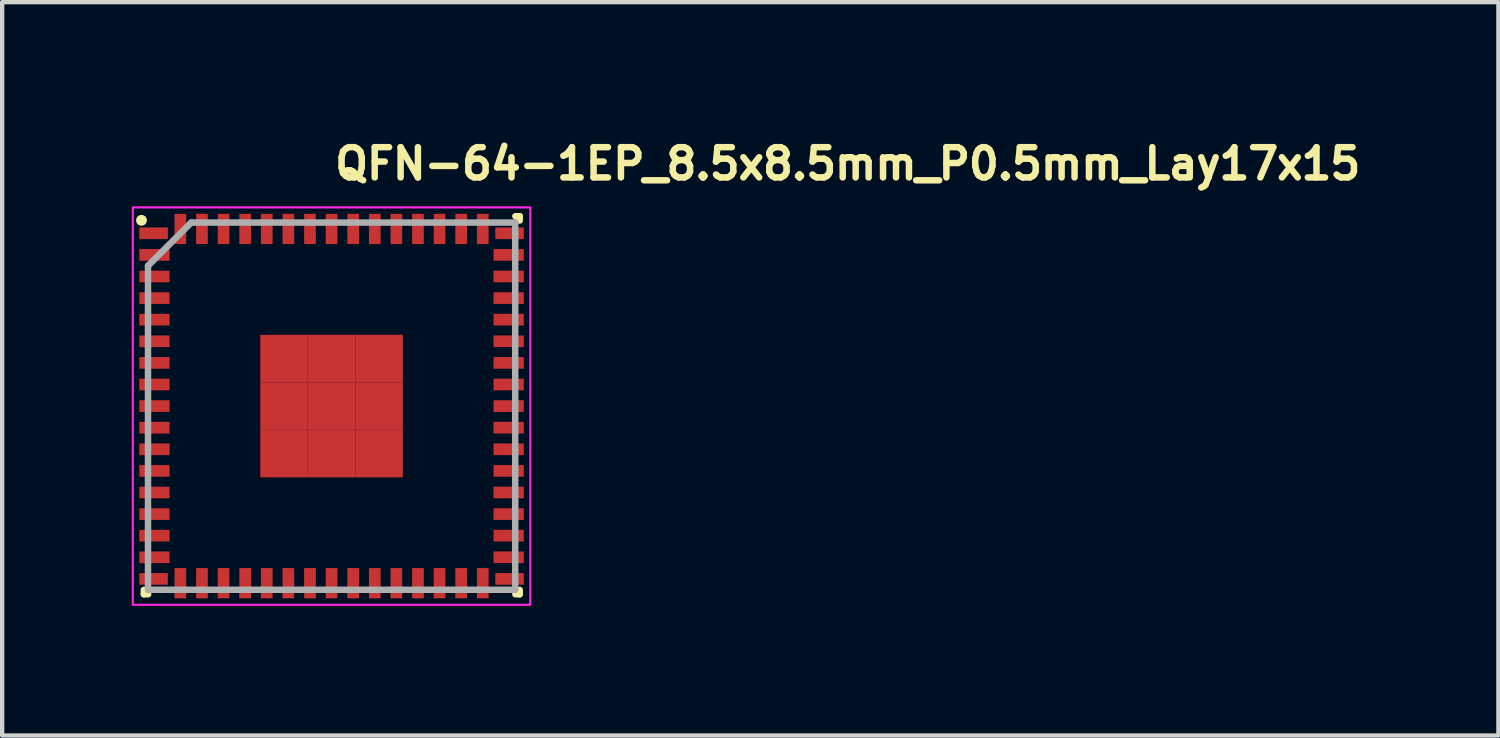
<source format=kicad_pcb>
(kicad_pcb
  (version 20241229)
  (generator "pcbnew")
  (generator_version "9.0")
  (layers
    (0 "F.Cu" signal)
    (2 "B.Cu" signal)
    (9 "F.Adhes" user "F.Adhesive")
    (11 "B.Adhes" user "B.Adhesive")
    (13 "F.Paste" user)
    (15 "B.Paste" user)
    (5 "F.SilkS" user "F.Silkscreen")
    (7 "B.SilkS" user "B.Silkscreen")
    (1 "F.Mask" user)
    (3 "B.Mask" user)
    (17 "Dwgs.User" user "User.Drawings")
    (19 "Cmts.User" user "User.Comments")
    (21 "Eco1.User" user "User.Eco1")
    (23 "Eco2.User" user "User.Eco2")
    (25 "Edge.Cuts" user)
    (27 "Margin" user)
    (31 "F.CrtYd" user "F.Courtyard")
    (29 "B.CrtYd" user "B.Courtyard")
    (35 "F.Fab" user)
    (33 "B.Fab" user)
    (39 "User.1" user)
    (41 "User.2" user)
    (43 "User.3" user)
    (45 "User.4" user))
  (footprint "QFN-64-1EP_8.5x8.5mm_P0.5mm_Lay17x15"
    (layer "F.Cu")
    (at 4.625 6.35)
    (property "Reference" "QFN-64-1EP_8.5x8.5mm_P0.5mm_Lay17x15" (at 0 -5.2 0) (unlocked yes) (layer "F.SilkS") (effects (font (size 0.7 0.7) (thickness 0.15)) (justify left bottom)))
    (attr smd allow_soldermask_bridges)
    (fp_line (start -4.345 4.355) (end -4.345 4.255) (stroke (width 0.15) (type solid)) (layer "F.SilkS"))
    (fp_line (start -4.245 4.355) (end -4.345 4.355) (stroke (width 0.15) (type solid)) (layer "F.SilkS"))
    (fp_line (start 4.255 -4.395) (end 4.355 -4.395) (stroke (width 0.15) (type solid)) (layer "F.SilkS"))
    (fp_line (start 4.255 4.355) (end 4.355 4.355) (stroke (width 0.15) (type solid)) (layer "F.SilkS"))
    (fp_line (start 4.355 -4.395) (end 4.355 -4.295) (stroke (width 0.15) (type solid)) (layer "F.SilkS"))
    (fp_line (start 4.355 4.355) (end 4.355 4.255) (stroke (width 0.15) (type solid)) (layer "F.SilkS"))
    (fp_circle (center -4.4 -4.3) (end -4.35 -4.3) (stroke (width 0.15) (type solid)) (fill yes) (layer "F.SilkS"))
    (fp_rect (start -4.6 -4.6) (end 4.6 4.6) (stroke (width 0.05) (type solid)) (fill no) (layer "F.CrtYd"))
    (fp_line (start -4.249 -3.248) (end -4.249 4.252) (stroke (width 0.15) (type solid)) (layer "F.Fab"))
    (fp_line (start -4.249 4.252) (end 4.251 4.252) (stroke (width 0.15) (type solid)) (layer "F.Fab"))
    (fp_line (start -3.249 -4.248) (end -4.249 -3.248) (stroke (width 0.15) (type solid)) (layer "F.Fab"))
    (fp_line (start 4.251 -4.248) (end -3.249 -4.248) (stroke (width 0.15) (type solid)) (layer "F.Fab"))
    (fp_line (start 4.251 4.252) (end 4.251 -4.248) (stroke (width 0.15) (type solid)) (layer "F.Fab"))
    (fp_rect (start -4.25 -4.25) (end 4.25 4.25) (stroke (width 0.1) (type solid)) (fill no) (layer "User.5"))
    (fp_line (start -4.25 -4.125) (end -4.25 -3.875) (stroke (width 0.02) (type solid)) (layer "User.9"))
    (fp_line (start -4.25 -3.875) (end -4.24 -3.875) (stroke (width 0.02) (type solid)) (layer "User.9"))
    (fp_line (start -4.25 -3.625) (end -4.25 -3.375) (stroke (width 0.02) (type solid)) (layer "User.9"))
    (fp_line (start -4.25 -3.375) (end -4.24 -3.375) (stroke (width 0.02) (type solid)) (layer "User.9"))
    (fp_line (start -4.25 -3.125) (end -4.25 -2.875) (stroke (width 0.02) (type solid)) (layer "User.9"))
    (fp_line (start -4.25 -2.875) (end -4.24 -2.875) (stroke (width 0.02) (type solid)) (layer "User.9"))
    (fp_line (start -4.25 -2.625) (end -4.25 -2.375) (stroke (width 0.02) (type solid)) (layer "User.9"))
    (fp_line (start -4.25 -2.375) (end -4.24 -2.375) (stroke (width 0.02) (type solid)) (layer "User.9"))
    (fp_line (start -4.25 -2.125) (end -4.25 -1.875) (stroke (width 0.02) (type solid)) (layer "User.9"))
    (fp_line (start -4.25 -1.875) (end -4.24 -1.875) (stroke (width 0.02) (type solid)) (layer "User.9"))
    (fp_line (start -4.25 -1.625) (end -4.25 -1.375) (stroke (width 0.02) (type solid)) (layer "User.9"))
    (fp_line (start -4.25 -1.375) (end -4.24 -1.375) (stroke (width 0.02) (type solid)) (layer "User.9"))
    (fp_line (start -4.25 -1.125) (end -4.25 -0.875) (stroke (width 0.02) (type solid)) (layer "User.9"))
    (fp_line (start -4.25 -0.875) (end -4.24 -0.875) (stroke (width 0.02) (type solid)) (layer "User.9"))
    (fp_line (start -4.25 -0.625) (end -4.25 -0.375) (stroke (width 0.02) (type solid)) (layer "User.9"))
    (fp_line (start -4.25 -0.375) (end -4.24 -0.375) (stroke (width 0.02) (type solid)) (layer "User.9"))
    (fp_line (start -4.25 -0.125) (end -4.25 0.125) (stroke (width 0.02) (type solid)) (layer "User.9"))
    (fp_line (start -4.25 0.125) (end -4.24 0.125) (stroke (width 0.02) (type solid)) (layer "User.9"))
    (fp_line (start -4.25 0.375) (end -4.25 0.625) (stroke (width 0.02) (type solid)) (layer "User.9"))
    (fp_line (start -4.25 0.625) (end -4.24 0.625) (stroke (width 0.02) (type solid)) (layer "User.9"))
    (fp_line (start -4.25 0.875) (end -4.25 1.125) (stroke (width 0.02) (type solid)) (layer "User.9"))
    (fp_line (start -4.25 1.125) (end -4.24 1.125) (stroke (width 0.02) (type solid)) (layer "User.9"))
    (fp_line (start -4.25 1.375) (end -4.25 1.625) (stroke (width 0.02) (type solid)) (layer "User.9"))
    (fp_line (start -4.25 1.625) (end -4.24 1.625) (stroke (width 0.02) (type solid)) (layer "User.9"))
    (fp_line (start -4.25 1.875) (end -4.25 2.125) (stroke (width 0.02) (type solid)) (layer "User.9"))
    (fp_line (start -4.25 2.125) (end -4.24 2.125) (stroke (width 0.02) (type solid)) (layer "User.9"))
    (fp_line (start -4.25 2.375) (end -4.25 2.625) (stroke (width 0.02) (type solid)) (layer "User.9"))
    (fp_line (start -4.25 2.625) (end -4.24 2.625) (stroke (width 0.02) (type solid)) (layer "User.9"))
    (fp_line (start -4.25 2.875) (end -4.25 3.125) (stroke (width 0.02) (type solid)) (layer "User.9"))
    (fp_line (start -4.25 3.125) (end -4.24 3.125) (stroke (width 0.02) (type solid)) (layer "User.9"))
    (fp_line (start -4.25 3.375) (end -4.25 3.625) (stroke (width 0.02) (type solid)) (layer "User.9"))
    (fp_line (start -4.25 3.625) (end -4.24 3.625) (stroke (width 0.02) (type solid)) (layer "User.9"))
    (fp_line (start -4.25 3.875) (end -4.25 4.125) (stroke (width 0.02) (type solid)) (layer "User.9"))
    (fp_line (start -4.25 4.125) (end -4.24 4.125) (stroke (width 0.02) (type solid)) (layer "User.9"))
    (fp_line (start -4.24 -4.24) (end -4.24 4.24) (stroke (width 0.02) (type solid)) (layer "User.9"))
    (fp_line (start -4.24 -4.24) (end 4.24 -4.24) (stroke (width 0.02) (type solid)) (layer "User.9"))
    (fp_line (start -4.24 -4.125) (end -4.25 -4.125) (stroke (width 0.02) (type solid)) (layer "User.9"))
    (fp_line (start -4.24 -3.625) (end -4.25 -3.625) (stroke (width 0.02) (type solid)) (layer "User.9"))
    (fp_line (start -4.24 -3.125) (end -4.25 -3.125) (stroke (width 0.02) (type solid)) (layer "User.9"))
    (fp_line (start -4.24 -2.625) (end -4.25 -2.625) (stroke (width 0.02) (type solid)) (layer "User.9"))
    (fp_line (start -4.24 -2.125) (end -4.25 -2.125) (stroke (width 0.02) (type solid)) (layer "User.9"))
    (fp_line (start -4.24 -1.625) (end -4.25 -1.625) (stroke (width 0.02) (type solid)) (layer "User.9"))
    (fp_line (start -4.24 -1.125) (end -4.25 -1.125) (stroke (width 0.02) (type solid)) (layer "User.9"))
    (fp_line (start -4.24 -0.625) (end -4.25 -0.625) (stroke (width 0.02) (type solid)) (layer "User.9"))
    (fp_line (start -4.24 -0.125) (end -4.25 -0.125) (stroke (width 0.02) (type solid)) (layer "User.9"))
    (fp_line (start -4.24 0.375) (end -4.25 0.375) (stroke (width 0.02) (type solid)) (layer "User.9"))
    (fp_line (start -4.24 0.875) (end -4.25 0.875) (stroke (width 0.02) (type solid)) (layer "User.9"))
    (fp_line (start -4.24 1.375) (end -4.25 1.375) (stroke (width 0.02) (type solid)) (layer "User.9"))
    (fp_line (start -4.24 1.875) (end -4.25 1.875) (stroke (width 0.02) (type solid)) (layer "User.9"))
    (fp_line (start -4.24 2.375) (end -4.25 2.375) (stroke (width 0.02) (type solid)) (layer "User.9"))
    (fp_line (start -4.24 2.875) (end -4.25 2.875) (stroke (width 0.02) (type solid)) (layer "User.9"))
    (fp_line (start -4.24 3.375) (end -4.25 3.375) (stroke (width 0.02) (type solid)) (layer "User.9"))
    (fp_line (start -4.24 3.875) (end -4.25 3.875) (stroke (width 0.02) (type solid)) (layer "User.9"))
    (fp_line (start -4.24 4.24) (end 4.24 4.24) (stroke (width 0.02) (type solid)) (layer "User.9"))
    (fp_line (start -3.8 -3.563) (end -3.8 -3.55) (stroke (width 0.02) (type solid)) (layer "User.9"))
    (fp_line (start -3.8 -3.55) (end -3.8 -3.537) (stroke (width 0.02) (type solid)) (layer "User.9"))
    (fp_line (start -3.8 -3.537) (end -3.799 -3.524) (stroke (width 0.02) (type solid)) (layer "User.9"))
    (fp_line (start -3.799 -3.576) (end -3.8 -3.563) (stroke (width 0.02) (type solid)) (layer "User.9"))
    (fp_line (start -3.799 -3.524) (end -3.797 -3.512) (stroke (width 0.02) (type solid)) (layer "User.9"))
    (fp_line (start -3.797 -3.588) (end -3.799 -3.576) (stroke (width 0.02) (type solid)) (layer "User.9"))
    (fp_line (start -3.797 -3.512) (end -3.795 -3.5) (stroke (width 0.02) (type solid)) (layer "User.9"))
    (fp_line (start -3.795 -3.6) (end -3.797 -3.588) (stroke (width 0.02) (type solid)) (layer "User.9"))
    (fp_line (start -3.795 -3.5) (end -3.792 -3.488) (stroke (width 0.02) (type solid)) (layer "User.9"))
    (fp_line (start -3.792 -3.612) (end -3.795 -3.6) (stroke (width 0.02) (type solid)) (layer "User.9"))
    (fp_line (start -3.792 -3.488) (end -3.789 -3.476) (stroke (width 0.02) (type solid)) (layer "User.9"))
    (fp_line (start -3.789 -3.624) (end -3.792 -3.612) (stroke (width 0.02) (type solid)) (layer "User.9"))
    (fp_line (start -3.789 -3.476) (end -3.785 -3.464) (stroke (width 0.02) (type solid)) (layer "User.9"))
    (fp_line (start -3.785 -3.636) (end -3.789 -3.624) (stroke (width 0.02) (type solid)) (layer "User.9"))
    (fp_line (start -3.785 -3.464) (end -3.78 -3.453) (stroke (width 0.02) (type solid)) (layer "User.9"))
    (fp_line (start -3.78 -3.647) (end -3.785 -3.636) (stroke (width 0.02) (type solid)) (layer "User.9"))
    (fp_line (start -3.78 -3.453) (end -3.775 -3.442) (stroke (width 0.02) (type solid)) (layer "User.9"))
    (fp_line (start -3.775 -3.658) (end -3.78 -3.647) (stroke (width 0.02) (type solid)) (layer "User.9"))
    (fp_line (start -3.775 -3.442) (end -3.77 -3.431) (stroke (width 0.02) (type solid)) (layer "User.9"))
    (fp_line (start -3.77 -3.669) (end -3.775 -3.658) (stroke (width 0.02) (type solid)) (layer "User.9"))
    (fp_line (start -3.77 -3.431) (end -3.764 -3.42) (stroke (width 0.02) (type solid)) (layer "User.9"))
    (fp_line (start -3.764 -3.68) (end -3.77 -3.669) (stroke (width 0.02) (type solid)) (layer "User.9"))
    (fp_line (start -3.764 -3.42) (end -3.757 -3.41) (stroke (width 0.02) (type solid)) (layer "User.9"))
    (fp_line (start -3.757 -3.69) (end -3.764 -3.68) (stroke (width 0.02) (type solid)) (layer "User.9"))
    (fp_line (start -3.757 -3.41) (end -3.75 -3.4) (stroke (width 0.02) (type solid)) (layer "User.9"))
    (fp_line (start -3.75 -3.7) (end -3.757 -3.69) (stroke (width 0.02) (type solid)) (layer "User.9"))
    (fp_line (start -3.75 -3.4) (end -3.743 -3.391) (stroke (width 0.02) (type solid)) (layer "User.9"))
    (fp_line (start -3.743 -3.709) (end -3.75 -3.7) (stroke (width 0.02) (type solid)) (layer "User.9"))
    (fp_line (start -3.743 -3.391) (end -3.735 -3.382) (stroke (width 0.02) (type solid)) (layer "User.9"))
    (fp_line (start -3.735 -3.718) (end -3.743 -3.709) (stroke (width 0.02) (type solid)) (layer "User.9"))
    (fp_line (start -3.735 -3.382) (end -3.727 -3.373) (stroke (width 0.02) (type solid)) (layer "User.9"))
    (fp_line (start -3.727 -3.727) (end -3.735 -3.718) (stroke (width 0.02) (type solid)) (layer "User.9"))
    (fp_line (start -3.727 -3.373) (end -3.718 -3.365) (stroke (width 0.02) (type solid)) (layer "User.9"))
    (fp_line (start -3.718 -3.735) (end -3.727 -3.727) (stroke (width 0.02) (type solid)) (layer "User.9"))
    (fp_line (start -3.718 -3.365) (end -3.709 -3.357) (stroke (width 0.02) (type solid)) (layer "User.9"))
    (fp_line (start -3.709 -3.743) (end -3.718 -3.735) (stroke (width 0.02) (type solid)) (layer "User.9"))
    (fp_line (start -3.709 -3.357) (end -3.7 -3.35) (stroke (width 0.02) (type solid)) (layer "User.9"))
    (fp_line (start -3.7 -3.75) (end -3.709 -3.743) (stroke (width 0.02) (type solid)) (layer "User.9"))
    (fp_line (start -3.7 -3.35) (end -3.69 -3.343) (stroke (width 0.02) (type solid)) (layer "User.9"))
    (fp_line (start -3.69 -3.757) (end -3.7 -3.75) (stroke (width 0.02) (type solid)) (layer "User.9"))
    (fp_line (start -3.69 -3.343) (end -3.68 -3.336) (stroke (width 0.02) (type solid)) (layer "User.9"))
    (fp_line (start -3.68 -3.764) (end -3.69 -3.757) (stroke (width 0.02) (type solid)) (layer "User.9"))
    (fp_line (start -3.68 -3.336) (end -3.669 -3.33) (stroke (width 0.02) (type solid)) (layer "User.9"))
    (fp_line (start -3.669 -3.77) (end -3.68 -3.764) (stroke (width 0.02) (type solid)) (layer "User.9"))
    (fp_line (start -3.669 -3.33) (end -3.658 -3.325) (stroke (width 0.02) (type solid)) (layer "User.9"))
    (fp_line (start -3.658 -3.775) (end -3.669 -3.77) (stroke (width 0.02) (type solid)) (layer "User.9"))
    (fp_line (start -3.658 -3.325) (end -3.647 -3.32) (stroke (width 0.02) (type solid)) (layer "User.9"))
    (fp_line (start -3.647 -3.78) (end -3.658 -3.775) (stroke (width 0.02) (type solid)) (layer "User.9"))
    (fp_line (start -3.647 -3.32) (end -3.636 -3.315) (stroke (width 0.02) (type solid)) (layer "User.9"))
    (fp_line (start -3.636 -3.785) (end -3.647 -3.78) (stroke (width 0.02) (type solid)) (layer "User.9"))
    (fp_line (start -3.636 -3.315) (end -3.624 -3.311) (stroke (width 0.02) (type solid)) (layer "User.9"))
    (fp_line (start -3.625 -4.25) (end -3.625 -4.24) (stroke (width 0.02) (type solid)) (layer "User.9"))
    (fp_line (start -3.625 4.24) (end -3.625 4.25) (stroke (width 0.02) (type solid)) (layer "User.9"))
    (fp_line (start -3.625 4.25) (end -3.375 4.25) (stroke (width 0.02) (type solid)) (layer "User.9"))
    (fp_line (start -3.624 -3.789) (end -3.636 -3.785) (stroke (width 0.02) (type solid)) (layer "User.9"))
    (fp_line (start -3.624 -3.311) (end -3.612 -3.308) (stroke (width 0.02) (type solid)) (layer "User.9"))
    (fp_line (start -3.612 -3.792) (end -3.624 -3.789) (stroke (width 0.02) (type solid)) (layer "User.9"))
    (fp_line (start -3.612 -3.308) (end -3.6 -3.305) (stroke (width 0.02) (type solid)) (layer "User.9"))
    (fp_line (start -3.6 -3.795) (end -3.612 -3.792) (stroke (width 0.02) (type solid)) (layer "User.9"))
    (fp_line (start -3.6 -3.305) (end -3.588 -3.303) (stroke (width 0.02) (type solid)) (layer "User.9"))
    (fp_line (start -3.588 -3.797) (end -3.6 -3.795) (stroke (width 0.02) (type solid)) (layer "User.9"))
    (fp_line (start -3.588 -3.303) (end -3.576 -3.301) (stroke (width 0.02) (type solid)) (layer "User.9"))
    (fp_line (start -3.576 -3.799) (end -3.588 -3.797) (stroke (width 0.02) (type solid)) (layer "User.9"))
    (fp_line (start -3.576 -3.301) (end -3.563 -3.3) (stroke (width 0.02) (type solid)) (layer "User.9"))
    (fp_line (start -3.563 -3.8) (end -3.576 -3.799) (stroke (width 0.02) (type solid)) (layer "User.9"))
    (fp_line (start -3.563 -3.3) (end -3.55 -3.3) (stroke (width 0.02) (type solid)) (layer "User.9"))
    (fp_line (start -3.55 -3.8) (end -3.563 -3.8) (stroke (width 0.02) (type solid)) (layer "User.9"))
    (fp_line (start -3.55 -3.3) (end -3.537 -3.3) (stroke (width 0.02) (type solid)) (layer "User.9"))
    (fp_line (start -3.537 -3.8) (end -3.55 -3.8) (stroke (width 0.02) (type solid)) (layer "User.9"))
    (fp_line (start -3.537 -3.3) (end -3.524 -3.301) (stroke (width 0.02) (type solid)) (layer "User.9"))
    (fp_line (start -3.524 -3.799) (end -3.537 -3.8) (stroke (width 0.02) (type solid)) (layer "User.9"))
    (fp_line (start -3.524 -3.301) (end -3.512 -3.303) (stroke (width 0.02) (type solid)) (layer "User.9"))
    (fp_line (start -3.512 -3.797) (end -3.524 -3.799) (stroke (width 0.02) (type solid)) (layer "User.9"))
    (fp_line (start -3.512 -3.303) (end -3.5 -3.305) (stroke (width 0.02) (type solid)) (layer "User.9"))
    (fp_line (start -3.5 -3.795) (end -3.512 -3.797) (stroke (width 0.02) (type solid)) (layer "User.9"))
    (fp_line (start -3.5 -3.305) (end -3.488 -3.308) (stroke (width 0.02) (type solid)) (layer "User.9"))
    (fp_line (start -3.488 -3.792) (end -3.5 -3.795) (stroke (width 0.02) (type solid)) (layer "User.9"))
    (fp_line (start -3.488 -3.308) (end -3.476 -3.311) (stroke (width 0.02) (type solid)) (layer "User.9"))
    (fp_line (start -3.476 -3.789) (end -3.488 -3.792) (stroke (width 0.02) (type solid)) (layer "User.9"))
    (fp_line (start -3.476 -3.311) (end -3.464 -3.315) (stroke (width 0.02) (type solid)) (layer "User.9"))
    (fp_line (start -3.464 -3.785) (end -3.476 -3.789) (stroke (width 0.02) (type solid)) (layer "User.9"))
    (fp_line (start -3.464 -3.315) (end -3.453 -3.32) (stroke (width 0.02) (type solid)) (layer "User.9"))
    (fp_line (start -3.453 -3.78) (end -3.464 -3.785) (stroke (width 0.02) (type solid)) (layer "User.9"))
    (fp_line (start -3.453 -3.32) (end -3.442 -3.325) (stroke (width 0.02) (type solid)) (layer "User.9"))
    (fp_line (start -3.442 -3.775) (end -3.453 -3.78) (stroke (width 0.02) (type solid)) (layer "User.9"))
    (fp_line (start -3.442 -3.325) (end -3.431 -3.33) (stroke (width 0.02) (type solid)) (layer "User.9"))
    (fp_line (start -3.431 -3.77) (end -3.442 -3.775) (stroke (width 0.02) (type solid)) (layer "User.9"))
    (fp_line (start -3.431 -3.33) (end -3.42 -3.336) (stroke (width 0.02) (type solid)) (layer "User.9"))
    (fp_line (start -3.42 -3.764) (end -3.431 -3.77) (stroke (width 0.02) (type solid)) (layer "User.9"))
    (fp_line (start -3.42 -3.336) (end -3.41 -3.343) (stroke (width 0.02) (type solid)) (layer "User.9"))
    (fp_line (start -3.41 -3.757) (end -3.42 -3.764) (stroke (width 0.02) (type solid)) (layer "User.9"))
    (fp_line (start -3.41 -3.343) (end -3.4 -3.35) (stroke (width 0.02) (type solid)) (layer "User.9"))
    (fp_line (start -3.4 -3.75) (end -3.41 -3.757) (stroke (width 0.02) (type solid)) (layer "User.9"))
    (fp_line (start -3.4 -3.35) (end -3.391 -3.357) (stroke (width 0.02) (type solid)) (layer "User.9"))
    (fp_line (start -3.391 -3.743) (end -3.4 -3.75) (stroke (width 0.02) (type solid)) (layer "User.9"))
    (fp_line (start -3.391 -3.357) (end -3.382 -3.365) (stroke (width 0.02) (type solid)) (layer "User.9"))
    (fp_line (start -3.382 -3.735) (end -3.391 -3.743) (stroke (width 0.02) (type solid)) (layer "User.9"))
    (fp_line (start -3.382 -3.365) (end -3.373 -3.373) (stroke (width 0.02) (type solid)) (layer "User.9"))
    (fp_line (start -3.375 -4.25) (end -3.625 -4.25) (stroke (width 0.02) (type solid)) (layer "User.9"))
    (fp_line (start -3.375 -4.24) (end -3.375 -4.25) (stroke (width 0.02) (type solid)) (layer "User.9"))
    (fp_line (start -3.375 4.25) (end -3.375 4.24) (stroke (width 0.02) (type solid)) (layer "User.9"))
    (fp_line (start -3.373 -3.727) (end -3.382 -3.735) (stroke (width 0.02) (type solid)) (layer "User.9"))
    (fp_line (start -3.373 -3.373) (end -3.365 -3.382) (stroke (width 0.02) (type solid)) (layer "User.9"))
    (fp_line (start -3.365 -3.718) (end -3.373 -3.727) (stroke (width 0.02) (type solid)) (layer "User.9"))
    (fp_line (start -3.365 -3.382) (end -3.357 -3.391) (stroke (width 0.02) (type solid)) (layer "User.9"))
    (fp_line (start -3.357 -3.709) (end -3.365 -3.718) (stroke (width 0.02) (type solid)) (layer "User.9"))
    (fp_line (start -3.357 -3.391) (end -3.35 -3.4) (stroke (width 0.02) (type solid)) (layer "User.9"))
    (fp_line (start -3.35 -3.7) (end -3.357 -3.709) (stroke (width 0.02) (type solid)) (layer "User.9"))
    (fp_line (start -3.35 -3.4) (end -3.343 -3.41) (stroke (width 0.02) (type solid)) (layer "User.9"))
    (fp_line (start -3.343 -3.69) (end -3.35 -3.7) (stroke (width 0.02) (type solid)) (layer "User.9"))
    (fp_line (start -3.343 -3.41) (end -3.336 -3.42) (stroke (width 0.02) (type solid)) (layer "User.9"))
    (fp_line (start -3.336 -3.68) (end -3.343 -3.69) (stroke (width 0.02) (type solid)) (layer "User.9"))
    (fp_line (start -3.336 -3.42) (end -3.33 -3.431) (stroke (width 0.02) (type solid)) (layer "User.9"))
    (fp_line (start -3.33 -3.669) (end -3.336 -3.68) (stroke (width 0.02) (type solid)) (layer "User.9"))
    (fp_line (start -3.33 -3.431) (end -3.325 -3.442) (stroke (width 0.02) (type solid)) (layer "User.9"))
    (fp_line (start -3.325 -3.658) (end -3.33 -3.669) (stroke (width 0.02) (type solid)) (layer "User.9"))
    (fp_line (start -3.325 -3.442) (end -3.32 -3.453) (stroke (width 0.02) (type solid)) (layer "User.9"))
    (fp_line (start -3.32 -3.647) (end -3.325 -3.658) (stroke (width 0.02) (type solid)) (layer "User.9"))
    (fp_line (start -3.32 -3.453) (end -3.315 -3.464) (stroke (width 0.02) (type solid)) (layer "User.9"))
    (fp_line (start -3.315 -3.636) (end -3.32 -3.647) (stroke (width 0.02) (type solid)) (layer "User.9"))
    (fp_line (start -3.315 -3.464) (end -3.311 -3.476) (stroke (width 0.02) (type solid)) (layer "User.9"))
    (fp_line (start -3.311 -3.624) (end -3.315 -3.636) (stroke (width 0.02) (type solid)) (layer "User.9"))
    (fp_line (start -3.311 -3.476) (end -3.308 -3.488) (stroke (width 0.02) (type solid)) (layer "User.9"))
    (fp_line (start -3.308 -3.612) (end -3.311 -3.624) (stroke (width 0.02) (type solid)) (layer "User.9"))
    (fp_line (start -3.308 -3.488) (end -3.305 -3.5) (stroke (width 0.02) (type solid)) (layer "User.9"))
    (fp_line (start -3.305 -3.6) (end -3.308 -3.612) (stroke (width 0.02) (type solid)) (layer "User.9"))
    (fp_line (start -3.305 -3.5) (end -3.303 -3.512) (stroke (width 0.02) (type solid)) (layer "User.9"))
    (fp_line (start -3.303 -3.588) (end -3.305 -3.6) (stroke (width 0.02) (type solid)) (layer "User.9"))
    (fp_line (start -3.303 -3.512) (end -3.301 -3.524) (stroke (width 0.02) (type solid)) (layer "User.9"))
    (fp_line (start -3.301 -3.576) (end -3.303 -3.588) (stroke (width 0.02) (type solid)) (layer "User.9"))
    (fp_line (start -3.301 -3.524) (end -3.3 -3.537) (stroke (width 0.02) (type solid)) (layer "User.9"))
    (fp_line (start -3.3 -3.563) (end -3.301 -3.576) (stroke (width 0.02) (type solid)) (layer "User.9"))
    (fp_line (start -3.3 -3.55) (end -3.3 -3.563) (stroke (width 0.02) (type solid)) (layer "User.9"))
    (fp_line (start -3.3 -3.537) (end -3.3 -3.55) (stroke (width 0.02) (type solid)) (layer "User.9"))
    (fp_line (start -3.125 -4.25) (end -3.125 -4.24) (stroke (width 0.02) (type solid)) (layer "User.9"))
    (fp_line (start -3.125 4.24) (end -3.125 4.25) (stroke (width 0.02) (type solid)) (layer "User.9"))
    (fp_line (start -3.125 4.25) (end -2.875 4.25) (stroke (width 0.02) (type solid)) (layer "User.9"))
    (fp_line (start -2.875 -4.25) (end -3.125 -4.25) (stroke (width 0.02) (type solid)) (layer "User.9"))
    (fp_line (start -2.875 -4.24) (end -2.875 -4.25) (stroke (width 0.02) (type solid)) (layer "User.9"))
    (fp_line (start -2.875 4.25) (end -2.875 4.24) (stroke (width 0.02) (type solid)) (layer "User.9"))
    (fp_line (start -2.625 -4.25) (end -2.625 -4.24) (stroke (width 0.02) (type solid)) (layer "User.9"))
    (fp_line (start -2.625 4.24) (end -2.625 4.25) (stroke (width 0.02) (type solid)) (layer "User.9"))
    (fp_line (start -2.625 4.25) (end -2.375 4.25) (stroke (width 0.02) (type solid)) (layer "User.9"))
    (fp_line (start -2.375 -4.25) (end -2.625 -4.25) (stroke (width 0.02) (type solid)) (layer "User.9"))
    (fp_line (start -2.375 -4.24) (end -2.375 -4.25) (stroke (width 0.02) (type solid)) (layer "User.9"))
    (fp_line (start -2.375 4.25) (end -2.375 4.24) (stroke (width 0.02) (type solid)) (layer "User.9"))
    (fp_line (start -2.125 -4.25) (end -2.125 -4.24) (stroke (width 0.02) (type solid)) (layer "User.9"))
    (fp_line (start -2.125 4.24) (end -2.125 4.25) (stroke (width 0.02) (type solid)) (layer "User.9"))
    (fp_line (start -2.125 4.25) (end -1.875 4.25) (stroke (width 0.02) (type solid)) (layer "User.9"))
    (fp_line (start -1.875 -4.25) (end -2.125 -4.25) (stroke (width 0.02) (type solid)) (layer "User.9"))
    (fp_line (start -1.875 -4.24) (end -1.875 -4.25) (stroke (width 0.02) (type solid)) (layer "User.9"))
    (fp_line (start -1.875 4.25) (end -1.875 4.24) (stroke (width 0.02) (type solid)) (layer "User.9"))
    (fp_line (start -1.625 -4.25) (end -1.625 -4.24) (stroke (width 0.02) (type solid)) (layer "User.9"))
    (fp_line (start -1.625 4.24) (end -1.625 4.25) (stroke (width 0.02) (type solid)) (layer "User.9"))
    (fp_line (start -1.625 4.25) (end -1.375 4.25) (stroke (width 0.02) (type solid)) (layer "User.9"))
    (fp_line (start -1.375 -4.25) (end -1.625 -4.25) (stroke (width 0.02) (type solid)) (layer "User.9"))
    (fp_line (start -1.375 -4.24) (end -1.375 -4.25) (stroke (width 0.02) (type solid)) (layer "User.9"))
    (fp_line (start -1.375 4.25) (end -1.375 4.24) (stroke (width 0.02) (type solid)) (layer "User.9"))
    (fp_line (start -1.125 -4.25) (end -1.125 -4.24) (stroke (width 0.02) (type solid)) (layer "User.9"))
    (fp_line (start -1.125 4.24) (end -1.125 4.25) (stroke (width 0.02) (type solid)) (layer "User.9"))
    (fp_line (start -1.125 4.25) (end -0.875 4.25) (stroke (width 0.02) (type solid)) (layer "User.9"))
    (fp_line (start -0.875 -4.25) (end -1.125 -4.25) (stroke (width 0.02) (type solid)) (layer "User.9"))
    (fp_line (start -0.875 -4.24) (end -0.875 -4.25) (stroke (width 0.02) (type solid)) (layer "User.9"))
    (fp_line (start -0.875 4.25) (end -0.875 4.24) (stroke (width 0.02) (type solid)) (layer "User.9"))
    (fp_line (start -0.625 -4.25) (end -0.625 -4.24) (stroke (width 0.02) (type solid)) (layer "User.9"))
    (fp_line (start -0.625 4.24) (end -0.625 4.25) (stroke (width 0.02) (type solid)) (layer "User.9"))
    (fp_line (start -0.625 4.25) (end -0.375 4.25) (stroke (width 0.02) (type solid)) (layer "User.9"))
    (fp_line (start -0.375 -4.25) (end -0.625 -4.25) (stroke (width 0.02) (type solid)) (layer "User.9"))
    (fp_line (start -0.375 -4.24) (end -0.375 -4.25) (stroke (width 0.02) (type solid)) (layer "User.9"))
    (fp_line (start -0.375 4.25) (end -0.375 4.24) (stroke (width 0.02) (type solid)) (layer "User.9"))
    (fp_line (start -0.125 -4.25) (end -0.125 -4.24) (stroke (width 0.02) (type solid)) (layer "User.9"))
    (fp_line (start -0.125 4.24) (end -0.125 4.25) (stroke (width 0.02) (type solid)) (layer "User.9"))
    (fp_line (start -0.125 4.25) (end 0.125 4.25) (stroke (width 0.02) (type solid)) (layer "User.9"))
    (fp_line (start 0.125 -4.25) (end -0.125 -4.25) (stroke (width 0.02) (type solid)) (layer "User.9"))
    (fp_line (start 0.125 -4.24) (end 0.125 -4.25) (stroke (width 0.02) (type solid)) (layer "User.9"))
    (fp_line (start 0.125 4.25) (end 0.125 4.24) (stroke (width 0.02) (type solid)) (layer "User.9"))
    (fp_line (start 0.375 -4.25) (end 0.375 -4.24) (stroke (width 0.02) (type solid)) (layer "User.9"))
    (fp_line (start 0.375 4.24) (end 0.375 4.25) (stroke (width 0.02) (type solid)) (layer "User.9"))
    (fp_line (start 0.375 4.25) (end 0.625 4.25) (stroke (width 0.02) (type solid)) (layer "User.9"))
    (fp_line (start 0.625 -4.25) (end 0.375 -4.25) (stroke (width 0.02) (type solid)) (layer "User.9"))
    (fp_line (start 0.625 -4.24) (end 0.625 -4.25) (stroke (width 0.02) (type solid)) (layer "User.9"))
    (fp_line (start 0.625 4.25) (end 0.625 4.24) (stroke (width 0.02) (type solid)) (layer "User.9"))
    (fp_line (start 0.875 -4.25) (end 0.875 -4.24) (stroke (width 0.02) (type solid)) (layer "User.9"))
    (fp_line (start 0.875 4.24) (end 0.875 4.25) (stroke (width 0.02) (type solid)) (layer "User.9"))
    (fp_line (start 0.875 4.25) (end 1.125 4.25) (stroke (width 0.02) (type solid)) (layer "User.9"))
    (fp_line (start 1.125 -4.25) (end 0.875 -4.25) (stroke (width 0.02) (type solid)) (layer "User.9"))
    (fp_line (start 1.125 -4.24) (end 1.125 -4.25) (stroke (width 0.02) (type solid)) (layer "User.9"))
    (fp_line (start 1.125 4.25) (end 1.125 4.24) (stroke (width 0.02) (type solid)) (layer "User.9"))
    (fp_line (start 1.375 -4.25) (end 1.375 -4.24) (stroke (width 0.02) (type solid)) (layer "User.9"))
    (fp_line (start 1.375 4.24) (end 1.375 4.25) (stroke (width 0.02) (type solid)) (layer "User.9"))
    (fp_line (start 1.375 4.25) (end 1.625 4.25) (stroke (width 0.02) (type solid)) (layer "User.9"))
    (fp_line (start 1.625 -4.25) (end 1.375 -4.25) (stroke (width 0.02) (type solid)) (layer "User.9"))
    (fp_line (start 1.625 -4.24) (end 1.625 -4.25) (stroke (width 0.02) (type solid)) (layer "User.9"))
    (fp_line (start 1.625 4.25) (end 1.625 4.24) (stroke (width 0.02) (type solid)) (layer "User.9"))
    (fp_line (start 1.875 -4.25) (end 1.875 -4.24) (stroke (width 0.02) (type solid)) (layer "User.9"))
    (fp_line (start 1.875 4.24) (end 1.875 4.25) (stroke (width 0.02) (type solid)) (layer "User.9"))
    (fp_line (start 1.875 4.25) (end 2.125 4.25) (stroke (width 0.02) (type solid)) (layer "User.9"))
    (fp_line (start 2.125 -4.25) (end 1.875 -4.25) (stroke (width 0.02) (type solid)) (layer "User.9"))
    (fp_line (start 2.125 -4.24) (end 2.125 -4.25) (stroke (width 0.02) (type solid)) (layer "User.9"))
    (fp_line (start 2.125 4.25) (end 2.125 4.24) (stroke (width 0.02) (type solid)) (layer "User.9"))
    (fp_line (start 2.375 -4.25) (end 2.375 -4.24) (stroke (width 0.02) (type solid)) (layer "User.9"))
    (fp_line (start 2.375 4.24) (end 2.375 4.25) (stroke (width 0.02) (type solid)) (layer "User.9"))
    (fp_line (start 2.375 4.25) (end 2.625 4.25) (stroke (width 0.02) (type solid)) (layer "User.9"))
    (fp_line (start 2.625 -4.25) (end 2.375 -4.25) (stroke (width 0.02) (type solid)) (layer "User.9"))
    (fp_line (start 2.625 -4.24) (end 2.625 -4.25) (stroke (width 0.02) (type solid)) (layer "User.9"))
    (fp_line (start 2.625 4.25) (end 2.625 4.24) (stroke (width 0.02) (type solid)) (layer "User.9"))
    (fp_line (start 2.875 -4.25) (end 2.875 -4.24) (stroke (width 0.02) (type solid)) (layer "User.9"))
    (fp_line (start 2.875 4.24) (end 2.875 4.25) (stroke (width 0.02) (type solid)) (layer "User.9"))
    (fp_line (start 2.875 4.25) (end 3.125 4.25) (stroke (width 0.02) (type solid)) (layer "User.9"))
    (fp_line (start 3.125 -4.25) (end 2.875 -4.25) (stroke (width 0.02) (type solid)) (layer "User.9"))
    (fp_line (start 3.125 -4.24) (end 3.125 -4.25) (stroke (width 0.02) (type solid)) (layer "User.9"))
    (fp_line (start 3.125 4.25) (end 3.125 4.24) (stroke (width 0.02) (type solid)) (layer "User.9"))
    (fp_line (start 3.375 -4.25) (end 3.375 -4.24) (stroke (width 0.02) (type solid)) (layer "User.9"))
    (fp_line (start 3.375 4.24) (end 3.375 4.25) (stroke (width 0.02) (type solid)) (layer "User.9"))
    (fp_line (start 3.375 4.25) (end 3.625 4.25) (stroke (width 0.02) (type solid)) (layer "User.9"))
    (fp_line (start 3.625 -4.25) (end 3.375 -4.25) (stroke (width 0.02) (type solid)) (layer "User.9"))
    (fp_line (start 3.625 -4.24) (end 3.625 -4.25) (stroke (width 0.02) (type solid)) (layer "User.9"))
    (fp_line (start 3.625 4.25) (end 3.625 4.24) (stroke (width 0.02) (type solid)) (layer "User.9"))
    (fp_line (start 4.24 -4.24) (end 4.24 4.24) (stroke (width 0.02) (type solid)) (layer "User.9"))
    (fp_line (start 4.24 -3.875) (end 4.25 -3.875) (stroke (width 0.02) (type solid)) (layer "User.9"))
    (fp_line (start 4.24 -3.375) (end 4.25 -3.375) (stroke (width 0.02) (type solid)) (layer "User.9"))
    (fp_line (start 4.24 -2.875) (end 4.25 -2.875) (stroke (width 0.02) (type solid)) (layer "User.9"))
    (fp_line (start 4.24 -2.375) (end 4.25 -2.375) (stroke (width 0.02) (type solid)) (layer "User.9"))
    (fp_line (start 4.24 -1.875) (end 4.25 -1.875) (stroke (width 0.02) (type solid)) (layer "User.9"))
    (fp_line (start 4.24 -1.375) (end 4.25 -1.375) (stroke (width 0.02) (type solid)) (layer "User.9"))
    (fp_line (start 4.24 -0.875) (end 4.25 -0.875) (stroke (width 0.02) (type solid)) (layer "User.9"))
    (fp_line (start 4.24 -0.375) (end 4.25 -0.375) (stroke (width 0.02) (type solid)) (layer "User.9"))
    (fp_line (start 4.24 0.125) (end 4.25 0.125) (stroke (width 0.02) (type solid)) (layer "User.9"))
    (fp_line (start 4.24 0.625) (end 4.25 0.625) (stroke (width 0.02) (type solid)) (layer "User.9"))
    (fp_line (start 4.24 1.125) (end 4.25 1.125) (stroke (width 0.02) (type solid)) (layer "User.9"))
    (fp_line (start 4.24 1.625) (end 4.25 1.625) (stroke (width 0.02) (type solid)) (layer "User.9"))
    (fp_line (start 4.24 2.125) (end 4.25 2.125) (stroke (width 0.02) (type solid)) (layer "User.9"))
    (fp_line (start 4.24 2.625) (end 4.25 2.625) (stroke (width 0.02) (type solid)) (layer "User.9"))
    (fp_line (start 4.24 3.125) (end 4.25 3.125) (stroke (width 0.02) (type solid)) (layer "User.9"))
    (fp_line (start 4.24 3.625) (end 4.25 3.625) (stroke (width 0.02) (type solid)) (layer "User.9"))
    (fp_line (start 4.24 4.125) (end 4.25 4.125) (stroke (width 0.02) (type solid)) (layer "User.9"))
    (fp_line (start 4.25 -4.125) (end 4.24 -4.125) (stroke (width 0.02) (type solid)) (layer "User.9"))
    (fp_line (start 4.25 -3.875) (end 4.25 -4.125) (stroke (width 0.02) (type solid)) (layer "User.9"))
    (fp_line (start 4.25 -3.625) (end 4.24 -3.625) (stroke (width 0.02) (type solid)) (layer "User.9"))
    (fp_line (start 4.25 -3.375) (end 4.25 -3.625) (stroke (width 0.02) (type solid)) (layer "User.9"))
    (fp_line (start 4.25 -3.125) (end 4.24 -3.125) (stroke (width 0.02) (type solid)) (layer "User.9"))
    (fp_line (start 4.25 -2.875) (end 4.25 -3.125) (stroke (width 0.02) (type solid)) (layer "User.9"))
    (fp_line (start 4.25 -2.625) (end 4.24 -2.625) (stroke (width 0.02) (type solid)) (layer "User.9"))
    (fp_line (start 4.25 -2.375) (end 4.25 -2.625) (stroke (width 0.02) (type solid)) (layer "User.9"))
    (fp_line (start 4.25 -2.125) (end 4.24 -2.125) (stroke (width 0.02) (type solid)) (layer "User.9"))
    (fp_line (start 4.25 -1.875) (end 4.25 -2.125) (stroke (width 0.02) (type solid)) (layer "User.9"))
    (fp_line (start 4.25 -1.625) (end 4.24 -1.625) (stroke (width 0.02) (type solid)) (layer "User.9"))
    (fp_line (start 4.25 -1.375) (end 4.25 -1.625) (stroke (width 0.02) (type solid)) (layer "User.9"))
    (fp_line (start 4.25 -1.125) (end 4.24 -1.125) (stroke (width 0.02) (type solid)) (layer "User.9"))
    (fp_line (start 4.25 -0.875) (end 4.25 -1.125) (stroke (width 0.02) (type solid)) (layer "User.9"))
    (fp_line (start 4.25 -0.625) (end 4.24 -0.625) (stroke (width 0.02) (type solid)) (layer "User.9"))
    (fp_line (start 4.25 -0.375) (end 4.25 -0.625) (stroke (width 0.02) (type solid)) (layer "User.9"))
    (fp_line (start 4.25 -0.125) (end 4.24 -0.125) (stroke (width 0.02) (type solid)) (layer "User.9"))
    (fp_line (start 4.25 0.125) (end 4.25 -0.125) (stroke (width 0.02) (type solid)) (layer "User.9"))
    (fp_line (start 4.25 0.375) (end 4.24 0.375) (stroke (width 0.02) (type solid)) (layer "User.9"))
    (fp_line (start 4.25 0.625) (end 4.25 0.375) (stroke (width 0.02) (type solid)) (layer "User.9"))
    (fp_line (start 4.25 0.875) (end 4.24 0.875) (stroke (width 0.02) (type solid)) (layer "User.9"))
    (fp_line (start 4.25 1.125) (end 4.25 0.875) (stroke (width 0.02) (type solid)) (layer "User.9"))
    (fp_line (start 4.25 1.375) (end 4.24 1.375) (stroke (width 0.02) (type solid)) (layer "User.9"))
    (fp_line (start 4.25 1.625) (end 4.25 1.375) (stroke (width 0.02) (type solid)) (layer "User.9"))
    (fp_line (start 4.25 1.875) (end 4.24 1.875) (stroke (width 0.02) (type solid)) (layer "User.9"))
    (fp_line (start 4.25 2.125) (end 4.25 1.875) (stroke (width 0.02) (type solid)) (layer "User.9"))
    (fp_line (start 4.25 2.375) (end 4.24 2.375) (stroke (width 0.02) (type solid)) (layer "User.9"))
    (fp_line (start 4.25 2.625) (end 4.25 2.375) (stroke (width 0.02) (type solid)) (layer "User.9"))
    (fp_line (start 4.25 2.875) (end 4.24 2.875) (stroke (width 0.02) (type solid)) (layer "User.9"))
    (fp_line (start 4.25 3.125) (end 4.25 2.875) (stroke (width 0.02) (type solid)) (layer "User.9"))
    (fp_line (start 4.25 3.375) (end 4.24 3.375) (stroke (width 0.02) (type solid)) (layer "User.9"))
    (fp_line (start 4.25 3.625) (end 4.25 3.375) (stroke (width 0.02) (type solid)) (layer "User.9"))
    (fp_line (start 4.25 3.875) (end 4.24 3.875) (stroke (width 0.02) (type solid)) (layer "User.9"))
    (fp_line (start 4.25 4.125) (end 4.25 3.875) (stroke (width 0.02) (type solid)) (layer "User.9"))
    (pad "1" smd rect (at -4.12 -4 90) (size 0.27 0.66) (layers "F.Cu" "F.Mask" "F.Paste"))
    (pad "2" smd rect (at -4.1 -3.5 90) (size 0.27 0.7) (layers "F.Cu" "F.Mask" "F.Paste"))
    (pad "3" smd rect (at -4.1 -3 90) (size 0.27 0.7) (layers "F.Cu" "F.Mask" "F.Paste"))
    (pad "4" smd rect (at -4.1 -2.5 90) (size 0.27 0.7) (layers "F.Cu" "F.Mask" "F.Paste"))
    (pad "5" smd rect (at -4.1 -2 90) (size 0.27 0.7) (layers "F.Cu" "F.Mask" "F.Paste"))
    (pad "6" smd rect (at -4.1 -1.5 90) (size 0.27 0.7) (layers "F.Cu" "F.Mask" "F.Paste"))
    (pad "7" smd rect (at -4.1 -1 90) (size 0.27 0.7) (layers "F.Cu" "F.Mask" "F.Paste"))
    (pad "8" smd rect (at -4.1 -0.5 90) (size 0.27 0.7) (layers "F.Cu" "F.Mask" "F.Paste"))
    (pad "9" smd rect (at -4.1 0 90) (size 0.27 0.7) (layers "F.Cu" "F.Mask" "F.Paste"))
    (pad "10" smd rect (at -4.1 0.5 90) (size 0.27 0.7) (layers "F.Cu" "F.Mask" "F.Paste"))
    (pad "11" smd rect (at -4.1 1 90) (size 0.27 0.7) (layers "F.Cu" "F.Mask" "F.Paste"))
    (pad "12" smd rect (at -4.1 1.5 90) (size 0.27 0.7) (layers "F.Cu" "F.Mask" "F.Paste"))
    (pad "13" smd rect (at -4.1 2 90) (size 0.27 0.7) (layers "F.Cu" "F.Mask" "F.Paste"))
    (pad "14" smd rect (at -4.1 2.5 90) (size 0.27 0.7) (layers "F.Cu" "F.Mask" "F.Paste"))
    (pad "15" smd rect (at -4.1 3 90) (size 0.27 0.7) (layers "F.Cu" "F.Mask" "F.Paste"))
    (pad "16" smd rect (at -4.1 3.5 90) (size 0.27 0.7) (layers "F.Cu" "F.Mask" "F.Paste"))
    (pad "17" smd rect (at -4.12 4 90) (size 0.27 0.66) (layers "F.Cu" "F.Mask" "F.Paste"))
    (pad "18" smd rect (at -3.5 4.1) (size 0.27 0.7) (layers "F.Cu" "F.Mask" "F.Paste"))
    (pad "19" smd rect (at -3 4.1) (size 0.27 0.7) (layers "F.Cu" "F.Mask" "F.Paste"))
    (pad "20" smd rect (at -2.5 4.1) (size 0.27 0.7) (layers "F.Cu" "F.Mask" "F.Paste"))
    (pad "21" smd rect (at -2 4.1) (size 0.27 0.7) (layers "F.Cu" "F.Mask" "F.Paste"))
    (pad "22" smd rect (at -1.5 4.1) (size 0.27 0.7) (layers "F.Cu" "F.Mask" "F.Paste"))
    (pad "23" smd rect (at -1 4.1) (size 0.27 0.7) (layers "F.Cu" "F.Mask" "F.Paste"))
    (pad "24" smd rect (at -0.5 4.1) (size 0.27 0.7) (layers "F.Cu" "F.Mask" "F.Paste"))
    (pad "25" smd rect (at 0 4.1) (size 0.27 0.7) (layers "F.Cu" "F.Mask" "F.Paste"))
    (pad "26" smd rect (at 0.5 4.1) (size 0.27 0.7) (layers "F.Cu" "F.Mask" "F.Paste"))
    (pad "27" smd rect (at 1 4.1) (size 0.27 0.7) (layers "F.Cu" "F.Mask" "F.Paste"))
    (pad "28" smd rect (at 1.5 4.1) (size 0.27 0.7) (layers "F.Cu" "F.Mask" "F.Paste"))
    (pad "29" smd rect (at 2 4.1) (size 0.27 0.7) (layers "F.Cu" "F.Mask" "F.Paste"))
    (pad "30" smd rect (at 2.5 4.1) (size 0.27 0.7) (layers "F.Cu" "F.Mask" "F.Paste"))
    (pad "31" smd rect (at 3 4.1) (size 0.27 0.7) (layers "F.Cu" "F.Mask" "F.Paste"))
    (pad "32" smd rect (at 3.5 4.1) (size 0.27 0.7) (layers "F.Cu" "F.Mask" "F.Paste"))
    (pad "33" smd rect (at 4.12 4 90) (size 0.27 0.66) (layers "F.Cu" "F.Mask" "F.Paste"))
    (pad "34" smd rect (at 4.1 3.5 90) (size 0.27 0.7) (layers "F.Cu" "F.Mask" "F.Paste"))
    (pad "35" smd rect (at 4.1 3 90) (size 0.27 0.7) (layers "F.Cu" "F.Mask" "F.Paste"))
    (pad "36" smd rect (at 4.1 2.5 90) (size 0.27 0.7) (layers "F.Cu" "F.Mask" "F.Paste"))
    (pad "37" smd rect (at 4.1 2 90) (size 0.27 0.7) (layers "F.Cu" "F.Mask" "F.Paste"))
    (pad "38" smd rect (at 4.1 1.5 90) (size 0.27 0.7) (layers "F.Cu" "F.Mask" "F.Paste"))
    (pad "39" smd rect (at 4.1 1 90) (size 0.27 0.7) (layers "F.Cu" "F.Mask" "F.Paste"))
    (pad "40" smd rect (at 4.1 0.5 90) (size 0.27 0.7) (layers "F.Cu" "F.Mask" "F.Paste"))
    (pad "41" smd rect (at 4.1 0 90) (size 0.27 0.7) (layers "F.Cu" "F.Mask" "F.Paste"))
    (pad "42" smd rect (at 4.1 -0.5 90) (size 0.27 0.7) (layers "F.Cu" "F.Mask" "F.Paste"))
    (pad "43" smd rect (at 4.1 -1 90) (size 0.27 0.7) (layers "F.Cu" "F.Mask" "F.Paste"))
    (pad "44" smd rect (at 4.1 -1.5 90) (size 0.27 0.7) (layers "F.Cu" "F.Mask" "F.Paste"))
    (pad "45" smd rect (at 4.1 -2 90) (size 0.27 0.7) (layers "F.Cu" "F.Mask" "F.Paste"))
    (pad "46" smd rect (at 4.1 -2.5 90) (size 0.27 0.7) (layers "F.Cu" "F.Mask" "F.Paste"))
    (pad "47" smd rect (at 4.1 -3 90) (size 0.27 0.7) (layers "F.Cu" "F.Mask" "F.Paste"))
    (pad "48" smd rect (at 4.1 -3.5 90) (size 0.27 0.7) (layers "F.Cu" "F.Mask" "F.Paste"))
    (pad "49" smd rect (at 4.12 -4 90) (size 0.27 0.66) (layers "F.Cu" "F.Mask" "F.Paste"))
    (pad "50" smd rect (at 3.5 -4.1) (size 0.27 0.7) (layers "F.Cu" "F.Mask" "F.Paste"))
    (pad "51" smd rect (at 3 -4.1) (size 0.27 0.7) (layers "F.Cu" "F.Mask" "F.Paste"))
    (pad "52" smd rect (at 2.5 -4.1) (size 0.27 0.7) (layers "F.Cu" "F.Mask" "F.Paste"))
    (pad "53" smd rect (at 2 -4.1) (size 0.27 0.7) (layers "F.Cu" "F.Mask" "F.Paste"))
    (pad "54" smd rect (at 1.5 -4.1) (size 0.27 0.7) (layers "F.Cu" "F.Mask" "F.Paste"))
    (pad "55" smd rect (at 1 -4.1) (size 0.27 0.7) (layers "F.Cu" "F.Mask" "F.Paste"))
    (pad "56" smd rect (at 0.5 -4.1) (size 0.27 0.7) (layers "F.Cu" "F.Mask" "F.Paste"))
    (pad "57" smd rect (at 0 -4.1) (size 0.27 0.7) (layers "F.Cu" "F.Mask" "F.Paste"))
    (pad "58" smd rect (at -0.5 -4.1) (size 0.27 0.7) (layers "F.Cu" "F.Mask" "F.Paste"))
    (pad "59" smd rect (at -1 -4.1) (size 0.27 0.7) (layers "F.Cu" "F.Mask" "F.Paste"))
    (pad "60" smd rect (at -1.5 -4.1) (size 0.27 0.7) (layers "F.Cu" "F.Mask" "F.Paste"))
    (pad "61" smd rect (at -2 -4.1) (size 0.27 0.7) (layers "F.Cu" "F.Mask" "F.Paste"))
    (pad "62" smd rect (at -2.5 -4.1) (size 0.27 0.7) (layers "F.Cu" "F.Mask" "F.Paste"))
    (pad "63" smd rect (at -3 -4.1) (size 0.27 0.7) (layers "F.Cu" "F.Mask" "F.Paste"))
    (pad "64" smd rect (at -3.5 -4.1) (size 0.27 0.7) (layers "F.Cu" "F.Mask" "F.Paste"))
    (pad "65" smd rect (at -1.1 -1.1) (size 1.1 1.1) (layers "F.Cu" "F.Mask" "F.Paste"))
    (pad "65" smd rect (at -1.1 0) (size 1.1 1.1) (layers "F.Cu" "F.Mask" "F.Paste"))
    (pad "65" smd rect (at -1.1 1.1) (size 1.1 1.1) (layers "F.Cu" "F.Mask" "F.Paste"))
    (pad "65" smd rect (at 0 -1.1) (size 1.1 1.1) (layers "F.Cu" "F.Mask" "F.Paste"))
    (pad "65" smd rect (at 0 0) (size 1.1 1.1) (layers "F.Cu" "F.Mask" "F.Paste"))
    (pad "65" smd rect (at 0 1.1) (size 1.1 1.1) (layers "F.Cu" "F.Mask" "F.Paste"))
    (pad "65" smd rect (at 1.1 -1.1) (size 1.1 1.1) (layers "F.Cu" "F.Mask" "F.Paste"))
    (pad "65" smd rect (at 1.1 0) (size 1.1 1.1) (layers "F.Cu" "F.Mask" "F.Paste"))
    (pad "65" smd rect (at 1.1 1.1) (size 1.1 1.1) (layers "F.Cu" "F.Mask" "F.Paste")))
  (gr_rect
    (start -3 -3)
    (end 31.635 13.975)
    (stroke (width 0.1) (type default))
    (fill no)
    (layer "Edge.Cuts")))
</source>
